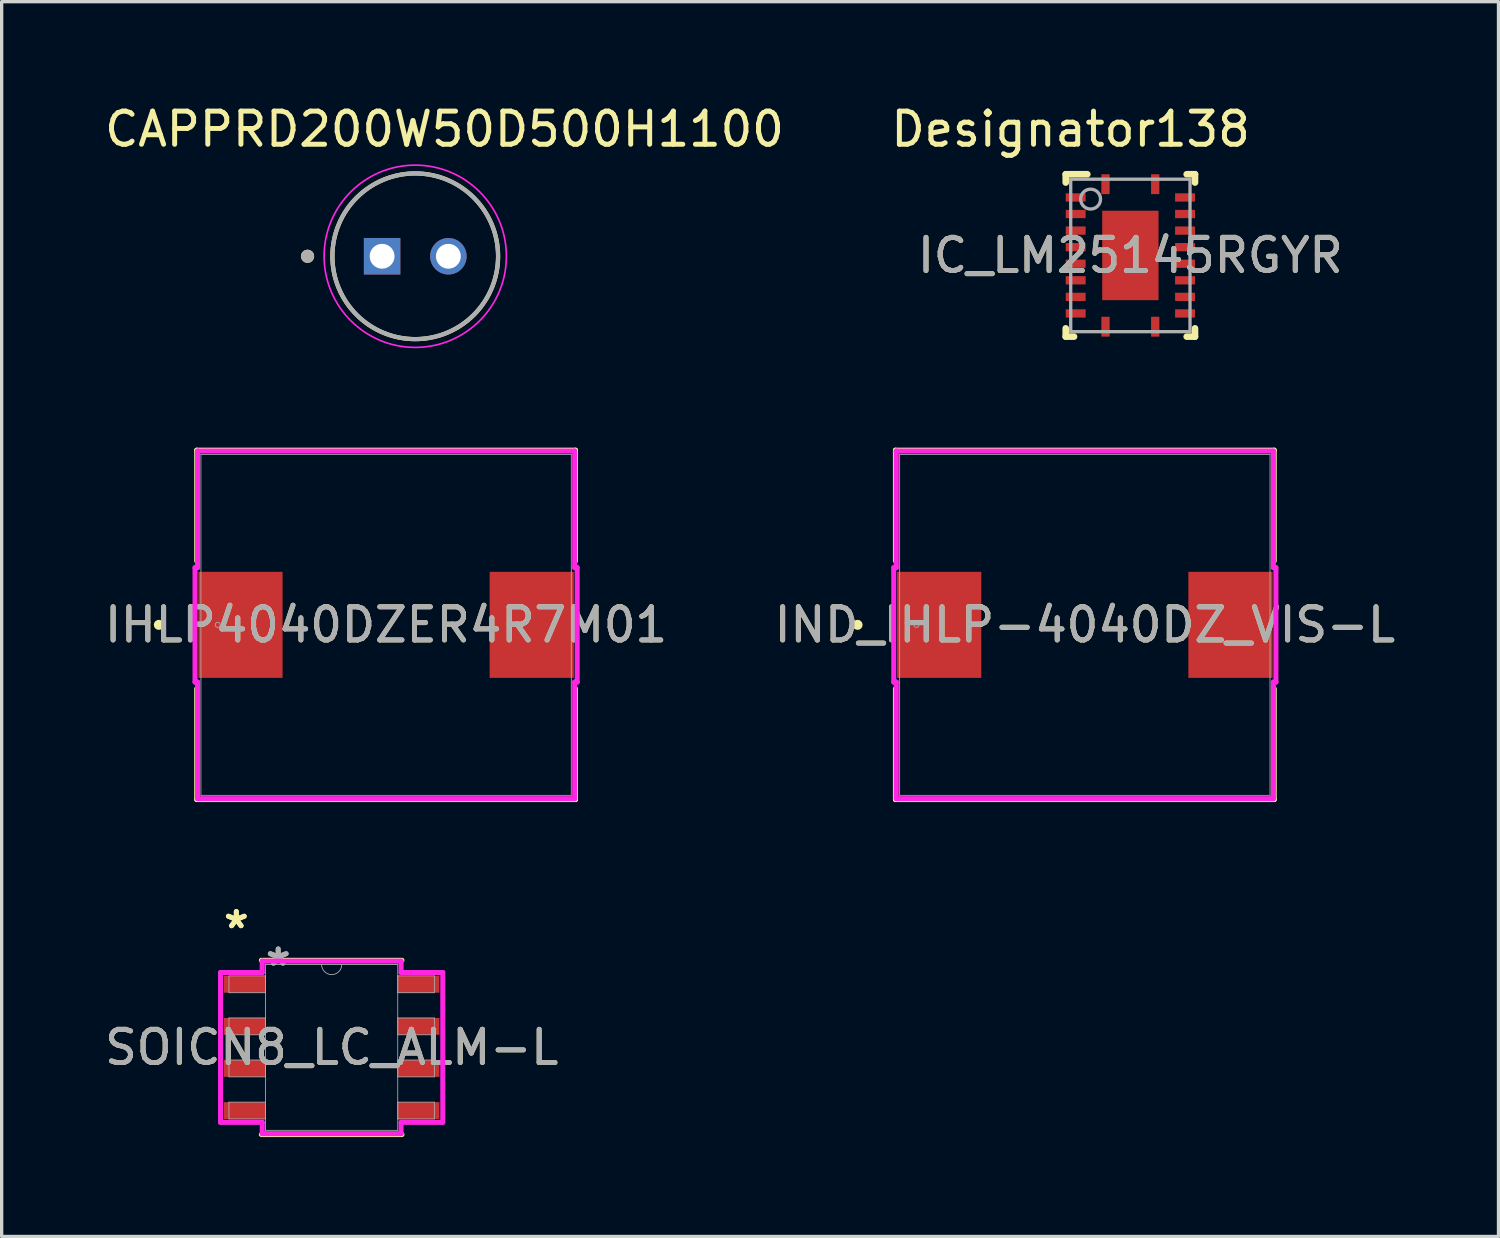
<source format=kicad_pcb>
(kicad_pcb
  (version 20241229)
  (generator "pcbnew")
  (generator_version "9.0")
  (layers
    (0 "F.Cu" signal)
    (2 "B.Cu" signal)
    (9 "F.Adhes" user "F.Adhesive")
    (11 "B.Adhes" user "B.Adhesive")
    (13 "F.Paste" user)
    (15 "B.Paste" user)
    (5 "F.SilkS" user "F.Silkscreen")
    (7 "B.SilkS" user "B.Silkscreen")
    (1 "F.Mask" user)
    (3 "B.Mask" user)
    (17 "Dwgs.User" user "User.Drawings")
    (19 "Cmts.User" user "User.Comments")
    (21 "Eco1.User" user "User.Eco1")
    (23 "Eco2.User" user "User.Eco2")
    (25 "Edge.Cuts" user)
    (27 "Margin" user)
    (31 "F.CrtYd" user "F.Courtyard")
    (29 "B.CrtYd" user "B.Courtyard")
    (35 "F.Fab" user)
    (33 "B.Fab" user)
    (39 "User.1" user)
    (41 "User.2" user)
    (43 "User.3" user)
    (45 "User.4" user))
  (footprint "IC_LM25145RGYR"
    (layer "F.Cu")
    (at 31.059 4.658)
    (property "Reference" "IC_LM25145RGYR" (at 0 0 0) (unlocked yes) (layer "F.SilkS") (effects (font (size 1 1) (thickness 0.15))))
    (attr smd)
    (fp_line (start -1.95 -2.45) (end -1.3 -2.45) (stroke (width 0.2) (type solid)) (layer "F.SilkS"))
    (fp_line (start -1.95 -2.2) (end -1.95 -2.45) (stroke (width 0.2) (type solid)) (layer "F.SilkS"))
    (fp_line (start -1.95 2.45) (end -1.95 2.2) (stroke (width 0.2) (type solid)) (layer "F.SilkS"))
    (fp_line (start -1.95 2.45) (end -1.7 2.45) (stroke (width 0.2) (type solid)) (layer "F.SilkS"))
    (fp_line (start 1.7 -2.45) (end 1.95 -2.45) (stroke (width 0.2) (type solid)) (layer "F.SilkS"))
    (fp_line (start 1.7 2.45) (end 1.95 2.45) (stroke (width 0.2) (type solid)) (layer "F.SilkS"))
    (fp_line (start 1.95 -2.2) (end 1.95 -2.45) (stroke (width 0.2) (type solid)) (layer "F.SilkS"))
    (fp_line (start 1.95 2.45) (end 1.95 2.2) (stroke (width 0.2) (type solid)) (layer "F.SilkS"))
    (fp_poly (pts (xy 0.774 -1.288) (xy -0.774 -1.288) (xy -0.774 -0.1) (xy 0.774 -0.1)) (stroke (width 0) (type solid)) (fill yes) (layer "F.Paste"))
    (fp_poly (pts (xy 0.774 0.1) (xy -0.774 0.1) (xy -0.774 1.288) (xy 0.774 1.288)) (stroke (width 0) (type solid)) (fill yes) (layer "F.Paste"))
    (fp_line (start -1.8 -2.3) (end 1.8 -2.3) (stroke (width 0.1) (type solid)) (layer "F.Fab"))
    (fp_line (start -1.8 2.3) (end -1.8 -2.3) (stroke (width 0.1) (type solid)) (layer "F.Fab"))
    (fp_line (start -1.8 2.3) (end 1.8 2.3) (stroke (width 0.1) (type solid)) (layer "F.Fab"))
    (fp_line (start 1.8 2.3) (end 1.8 -2.3) (stroke (width 0.1) (type solid)) (layer "F.Fab"))
    (fp_circle (center -1.2 -1.7) (end -0.9 -1.7) (stroke (width 0.1) (type solid)) (fill no) (layer "F.Fab"))
    (fp_text user "Designator138" (at -1.803 -3.81 0) (unlocked yes) (layer "F.SilkS") (effects (font (size 1 1) (thickness 0.15))))
    (fp_text user "${REFERENCE}" (at 0 0 0) (unlocked yes) (layer "F.Fab") (effects (font (size 1 1) (thickness 0.15))))
    (pad "1" smd rect (at -0.75 -2.15) (size 0.25 0.6) (layers "F.Cu" "F.Mask" "F.Paste"))
    (pad "2" smd rect (at -1.65 -1.75 90) (size 0.25 0.6) (layers "F.Cu" "F.Mask" "F.Paste"))
    (pad "3" smd rect (at -1.65 -1.25 90) (size 0.25 0.6) (layers "F.Cu" "F.Mask" "F.Paste"))
    (pad "4" smd rect (at -1.65 -0.75 90) (size 0.25 0.6) (layers "F.Cu" "F.Mask" "F.Paste"))
    (pad "5" smd rect (at -1.65 -0.25 90) (size 0.25 0.6) (layers "F.Cu" "F.Mask" "F.Paste"))
    (pad "6" smd rect (at -1.65 0.25 90) (size 0.25 0.6) (layers "F.Cu" "F.Mask" "F.Paste"))
    (pad "7" smd rect (at -1.65 0.75 90) (size 0.25 0.6) (layers "F.Cu" "F.Mask" "F.Paste"))
    (pad "8" smd rect (at -1.65 1.25 90) (size 0.25 0.6) (layers "F.Cu" "F.Mask" "F.Paste"))
    (pad "9" smd rect (at -1.65 1.75 90) (size 0.25 0.6) (layers "F.Cu" "F.Mask" "F.Paste"))
    (pad "10" smd rect (at -0.75 2.15) (size 0.25 0.6) (layers "F.Cu" "F.Mask" "F.Paste"))
    (pad "11" smd rect (at 0.75 2.15) (size 0.25 0.6) (layers "F.Cu" "F.Mask" "F.Paste"))
    (pad "12" smd rect (at 1.65 1.75 90) (size 0.25 0.6) (layers "F.Cu" "F.Mask" "F.Paste"))
    (pad "13" smd rect (at 1.65 1.25 90) (size 0.25 0.6) (layers "F.Cu" "F.Mask" "F.Paste"))
    (pad "14" smd rect (at 1.65 0.75 90) (size 0.25 0.6) (layers "F.Cu" "F.Mask" "F.Paste"))
    (pad "15" smd rect (at 1.65 0.25 90) (size 0.25 0.6) (layers "F.Cu" "F.Mask" "F.Paste"))
    (pad "16" smd rect (at 1.65 -0.25 90) (size 0.25 0.6) (layers "F.Cu" "F.Mask" "F.Paste"))
    (pad "17" smd rect (at 1.65 -0.75 90) (size 0.25 0.6) (layers "F.Cu" "F.Mask" "F.Paste"))
    (pad "18" smd rect (at 1.65 -1.25 90) (size 0.25 0.6) (layers "F.Cu" "F.Mask" "F.Paste"))
    (pad "19" smd rect (at 1.65 -1.75 90) (size 0.25 0.6) (layers "F.Cu" "F.Mask" "F.Paste"))
    (pad "20" smd rect (at 0.75 -2.15) (size 0.25 0.6) (layers "F.Cu" "F.Mask" "F.Paste"))
    (pad "21" smd rect (at 0 0) (size 1.7 2.7) (layers "F.Cu" "F.Mask")))
  (footprint "CAPPRD200W50D500H1100"
    (layer "F.Cu")
    (at 9.48 4.683)
    (property "Reference" "CAPPRD200W50D500H1100" (at 0.883 -3.835 0) (layer "F.SilkS") (effects (font (size 1 1) (thickness 0.15))))
    (attr through_hole)
    (fp_circle (center -3.25 0) (end -3.15 0) (stroke (width 0.2) (type solid)) (fill no) (layer "F.SilkS"))
    (fp_circle (center 0 0) (end 2.5 0) (stroke (width 0.127) (type solid)) (fill no) (layer "F.SilkS"))
    (fp_circle (center 0 0) (end 2.75 0) (stroke (width 0.05) (type solid)) (fill no) (layer "F.CrtYd"))
    (fp_circle (center -3.25 0) (end -3.15 0) (stroke (width 0.2) (type solid)) (fill no) (layer "F.Fab"))
    (fp_circle (center 0 0) (end 2.5 0) (stroke (width 0.127) (type solid)) (fill no) (layer "F.Fab"))
    (pad "N" thru_hole circle (at 1 0) (size 1.1 1.1) (drill 0.75) (layers "*.Cu" "*.Mask"))
    (pad "P" thru_hole rect (at -1 0) (size 1.1 1.1) (drill 0.75) (layers "*.Cu" "*.Mask")))
  (footprint "IHLP4040DZER4R7M01"
    (layer "F.Cu")
    (at 8.601 15.805)
    (property "Reference" "IHLP4040DZER4R7M01" (at 0 0 0) (unlocked yes) (layer "F.SilkS") (effects (font (size 1 1) (thickness 0.15))))
    (attr smd)
    (fp_line (start -5.715 -5.271) (end -5.715 -1.929) (stroke (width 0.152) (type solid)) (layer "F.SilkS"))
    (fp_line (start -5.715 1.929) (end -5.715 5.271) (stroke (width 0.152) (type solid)) (layer "F.SilkS"))
    (fp_line (start -5.715 5.271) (end 5.715 5.271) (stroke (width 0.152) (type solid)) (layer "F.SilkS"))
    (fp_line (start 5.715 -5.271) (end -5.715 -5.271) (stroke (width 0.152) (type solid)) (layer "F.SilkS"))
    (fp_line (start 5.715 -1.929) (end 5.715 -5.271) (stroke (width 0.152) (type solid)) (layer "F.SilkS"))
    (fp_line (start 5.715 5.271) (end 5.715 1.929) (stroke (width 0.152) (type solid)) (layer "F.SilkS"))
    (fp_circle (center -6.858 0) (end -6.782 0) (stroke (width 0.152) (type solid)) (fill no) (layer "F.SilkS"))
    (fp_line (start -5.766 -1.727) (end -5.69 -1.727) (stroke (width 0.152) (type solid)) (layer "F.CrtYd"))
    (fp_line (start -5.766 1.727) (end -5.766 -1.727) (stroke (width 0.152) (type solid)) (layer "F.CrtYd"))
    (fp_line (start -5.69 -5.245) (end 5.69 -5.245) (stroke (width 0.152) (type solid)) (layer "F.CrtYd"))
    (fp_line (start -5.69 -1.727) (end -5.69 -5.245) (stroke (width 0.152) (type solid)) (layer "F.CrtYd"))
    (fp_line (start -5.69 1.727) (end -5.766 1.727) (stroke (width 0.152) (type solid)) (layer "F.CrtYd"))
    (fp_line (start -5.69 5.245) (end -5.69 1.727) (stroke (width 0.152) (type solid)) (layer "F.CrtYd"))
    (fp_line (start 5.69 -5.245) (end 5.69 -1.727) (stroke (width 0.152) (type solid)) (layer "F.CrtYd"))
    (fp_line (start 5.69 -1.727) (end 5.766 -1.727) (stroke (width 0.152) (type solid)) (layer "F.CrtYd"))
    (fp_line (start 5.69 1.727) (end 5.69 5.245) (stroke (width 0.152) (type solid)) (layer "F.CrtYd"))
    (fp_line (start 5.69 5.245) (end -5.69 5.245) (stroke (width 0.152) (type solid)) (layer "F.CrtYd"))
    (fp_line (start 5.766 -1.727) (end 5.766 1.727) (stroke (width 0.152) (type solid)) (layer "F.CrtYd"))
    (fp_line (start 5.766 1.727) (end 5.69 1.727) (stroke (width 0.152) (type solid)) (layer "F.CrtYd"))
    (fp_line (start -5.588 -5.144) (end -5.588 5.144) (stroke (width 0.025) (type solid)) (layer "F.Fab"))
    (fp_line (start -5.588 5.144) (end 5.588 5.144) (stroke (width 0.025) (type solid)) (layer "F.Fab"))
    (fp_line (start 5.588 -5.144) (end -5.588 -5.144) (stroke (width 0.025) (type solid)) (layer "F.Fab"))
    (fp_line (start 5.588 5.144) (end 5.588 -5.144) (stroke (width 0.025) (type solid)) (layer "F.Fab"))
    (fp_circle (center -5.08 0) (end -5.004 0) (stroke (width 0.025) (type solid)) (fill no) (layer "F.Fab"))
    (fp_text user "${REFERENCE}" (at 0 0 0) (unlocked yes) (layer "F.Fab") (effects (font (size 1 1) (thickness 0.15))))
    (pad "1" smd rect (at -4.394 0 90) (size 3.2 2.54) (layers "F.Cu" "F.Mask" "F.Paste"))
    (pad "2" smd rect (at 4.394 0 90) (size 3.2 2.54) (layers "F.Cu" "F.Mask" "F.Paste"))
    (zone (net_name "") (layer "F.Cu") (hatch full 0.508) (connect_pads) (min_thickness 0.254) (filled_areas_thickness no) (keepout (tracks not_allowed) (vias not_allowed) (pads allowed) (copperpour not_allowed) (footprints allowed)) (placement (enabled no)) (fill) (polygon (pts (xy 3.064 10.712) (xy 14.138 10.712) (xy 14.138 14.129) (xy 3.064 14.129))))
    (zone (net_name "") (layer "F.Cu") (hatch full 0.508) (connect_pads) (min_thickness 0.254) (filled_areas_thickness no) (keepout (tracks not_allowed) (vias not_allowed) (pads allowed) (copperpour not_allowed) (footprints allowed)) (placement (enabled no)) (fill) (polygon (pts (xy 3.064 17.481) (xy 14.138 17.481) (xy 14.138 20.898) (xy 3.064 20.898))))
    (zone (net_name "") (layer "F.Cu") (hatch full 0.508) (connect_pads) (min_thickness 0.254) (filled_areas_thickness no) (keepout (tracks not_allowed) (vias not_allowed) (pads allowed) (copperpour not_allowed) (footprints allowed)) (placement (enabled no)) (fill) (polygon (pts (xy 5.528 14.129) (xy 11.675 14.129) (xy 11.675 17.481) (xy 5.528 17.481)))))
  (footprint "IND_IHLP-4040DZ_VIS-L"
    (layer "F.Cu")
    (at 29.685 15.805)
    (property "Reference" "IND_IHLP-4040DZ_VIS-L" (at 0 0 0) (unlocked yes) (layer "F.SilkS") (effects (font (size 1 1) (thickness 0.15))))
    (attr smd)
    (fp_line (start -5.715 -5.271) (end -5.715 -1.929) (stroke (width 0.152) (type solid)) (layer "F.SilkS"))
    (fp_line (start -5.715 1.929) (end -5.715 5.271) (stroke (width 0.152) (type solid)) (layer "F.SilkS"))
    (fp_line (start -5.715 5.271) (end 5.715 5.271) (stroke (width 0.152) (type solid)) (layer "F.SilkS"))
    (fp_line (start 5.715 -5.271) (end -5.715 -5.271) (stroke (width 0.152) (type solid)) (layer "F.SilkS"))
    (fp_line (start 5.715 -1.929) (end 5.715 -5.271) (stroke (width 0.152) (type solid)) (layer "F.SilkS"))
    (fp_line (start 5.715 5.271) (end 5.715 1.929) (stroke (width 0.152) (type solid)) (layer "F.SilkS"))
    (fp_circle (center -6.858 0) (end -6.782 0) (stroke (width 0.152) (type solid)) (fill no) (layer "F.SilkS"))
    (fp_line (start -5.766 -1.727) (end -5.69 -1.727) (stroke (width 0.152) (type solid)) (layer "F.CrtYd"))
    (fp_line (start -5.766 1.727) (end -5.766 -1.727) (stroke (width 0.152) (type solid)) (layer "F.CrtYd"))
    (fp_line (start -5.69 -5.245) (end 5.69 -5.245) (stroke (width 0.152) (type solid)) (layer "F.CrtYd"))
    (fp_line (start -5.69 -1.727) (end -5.69 -5.245) (stroke (width 0.152) (type solid)) (layer "F.CrtYd"))
    (fp_line (start -5.69 1.727) (end -5.766 1.727) (stroke (width 0.152) (type solid)) (layer "F.CrtYd"))
    (fp_line (start -5.69 5.245) (end -5.69 1.727) (stroke (width 0.152) (type solid)) (layer "F.CrtYd"))
    (fp_line (start 5.69 -5.245) (end 5.69 -1.727) (stroke (width 0.152) (type solid)) (layer "F.CrtYd"))
    (fp_line (start 5.69 -1.727) (end 5.766 -1.727) (stroke (width 0.152) (type solid)) (layer "F.CrtYd"))
    (fp_line (start 5.69 1.727) (end 5.69 5.245) (stroke (width 0.152) (type solid)) (layer "F.CrtYd"))
    (fp_line (start 5.69 5.245) (end -5.69 5.245) (stroke (width 0.152) (type solid)) (layer "F.CrtYd"))
    (fp_line (start 5.766 -1.727) (end 5.766 1.727) (stroke (width 0.152) (type solid)) (layer "F.CrtYd"))
    (fp_line (start 5.766 1.727) (end 5.69 1.727) (stroke (width 0.152) (type solid)) (layer "F.CrtYd"))
    (fp_line (start -5.588 -5.144) (end -5.588 5.144) (stroke (width 0.025) (type solid)) (layer "F.Fab"))
    (fp_line (start -5.588 5.144) (end 5.588 5.144) (stroke (width 0.025) (type solid)) (layer "F.Fab"))
    (fp_line (start 5.588 -5.144) (end -5.588 -5.144) (stroke (width 0.025) (type solid)) (layer "F.Fab"))
    (fp_line (start 5.588 5.144) (end 5.588 -5.144) (stroke (width 0.025) (type solid)) (layer "F.Fab"))
    (fp_circle (center -5.08 0) (end -5.004 0) (stroke (width 0.025) (type solid)) (fill no) (layer "F.Fab"))
    (fp_text user "${REFERENCE}" (at 0 0 0) (unlocked yes) (layer "F.Fab") (effects (font (size 1 1) (thickness 0.15))))
    (pad "1" smd rect (at -4.394 0 90) (size 3.2 2.54) (layers "F.Cu" "F.Mask" "F.Paste"))
    (pad "2" smd rect (at 4.394 0 90) (size 3.2 2.54) (layers "F.Cu" "F.Mask" "F.Paste"))
    (zone (net_name "") (layer "F.Cu") (hatch full 0.508) (connect_pads) (min_thickness 0.254) (filled_areas_thickness no) (keepout (tracks not_allowed) (vias not_allowed) (pads allowed) (copperpour not_allowed) (footprints allowed)) (placement (enabled no)) (fill) (polygon (pts (xy 24.147 10.712) (xy 35.222 10.712) (xy 35.222 14.129) (xy 24.147 14.129))))
    (zone (net_name "") (layer "F.Cu") (hatch full 0.508) (connect_pads) (min_thickness 0.254) (filled_areas_thickness no) (keepout (tracks not_allowed) (vias not_allowed) (pads allowed) (copperpour not_allowed) (footprints allowed)) (placement (enabled no)) (fill) (polygon (pts (xy 24.147 17.481) (xy 35.222 17.481) (xy 35.222 20.898) (xy 24.147 20.898))))
    (zone (net_name "") (layer "F.Cu") (hatch full 0.508) (connect_pads) (min_thickness 0.254) (filled_areas_thickness no) (keepout (tracks not_allowed) (vias not_allowed) (pads allowed) (copperpour not_allowed) (footprints allowed)) (placement (enabled no)) (fill) (polygon (pts (xy 26.611 14.129) (xy 32.758 14.129) (xy 32.758 17.481) (xy 26.611 17.481)))))
  (footprint "SOICN8_LC_ALM-L"
    (layer "F.Cu")
    (at 6.958 28.556)
    (property "Reference" "SOICN8_LC_ALM-L" (at 0 0 0) (unlocked yes) (layer "F.SilkS") (effects (font (size 1 1) (thickness 0.15))))
    (attr smd)
    (fp_line (start -2.121 2.629) (end 2.121 2.629) (stroke (width 0.152) (type solid)) (layer "F.SilkS"))
    (fp_line (start 2.121 -2.629) (end -2.121 -2.629) (stroke (width 0.152) (type solid)) (layer "F.SilkS"))
    (fp_line (start -3.353 -2.261) (end -2.095 -2.261) (stroke (width 0.152) (type solid)) (layer "F.CrtYd"))
    (fp_line (start -3.353 2.261) (end -3.353 -2.261) (stroke (width 0.152) (type solid)) (layer "F.CrtYd"))
    (fp_line (start -3.353 2.261) (end -2.095 2.261) (stroke (width 0.152) (type solid)) (layer "F.CrtYd"))
    (fp_line (start -2.095 -2.603) (end 2.095 -2.603) (stroke (width 0.152) (type solid)) (layer "F.CrtYd"))
    (fp_line (start -2.095 -2.261) (end -2.095 -2.603) (stroke (width 0.152) (type solid)) (layer "F.CrtYd"))
    (fp_line (start -2.095 2.603) (end -2.095 2.261) (stroke (width 0.152) (type solid)) (layer "F.CrtYd"))
    (fp_line (start 2.095 -2.603) (end 2.095 -2.261) (stroke (width 0.152) (type solid)) (layer "F.CrtYd"))
    (fp_line (start 2.095 2.261) (end 2.095 2.603) (stroke (width 0.152) (type solid)) (layer "F.CrtYd"))
    (fp_line (start 2.095 2.603) (end -2.095 2.603) (stroke (width 0.152) (type solid)) (layer "F.CrtYd"))
    (fp_line (start 3.353 -2.261) (end 2.095 -2.261) (stroke (width 0.152) (type solid)) (layer "F.CrtYd"))
    (fp_line (start 3.353 -2.261) (end 3.353 2.261) (stroke (width 0.152) (type solid)) (layer "F.CrtYd"))
    (fp_line (start 3.353 2.261) (end 2.095 2.261) (stroke (width 0.152) (type solid)) (layer "F.CrtYd"))
    (fp_line (start -3.099 -2.159) (end -3.099 -1.651) (stroke (width 0.025) (type solid)) (layer "F.Fab"))
    (fp_line (start -3.099 -1.651) (end -1.994 -1.651) (stroke (width 0.025) (type solid)) (layer "F.Fab"))
    (fp_line (start -3.099 -0.889) (end -3.099 -0.381) (stroke (width 0.025) (type solid)) (layer "F.Fab"))
    (fp_line (start -3.099 -0.381) (end -1.994 -0.381) (stroke (width 0.025) (type solid)) (layer "F.Fab"))
    (fp_line (start -3.099 0.381) (end -3.099 0.889) (stroke (width 0.025) (type solid)) (layer "F.Fab"))
    (fp_line (start -3.099 0.889) (end -1.994 0.889) (stroke (width 0.025) (type solid)) (layer "F.Fab"))
    (fp_line (start -3.099 1.651) (end -3.099 2.159) (stroke (width 0.025) (type solid)) (layer "F.Fab"))
    (fp_line (start -3.099 2.159) (end -1.994 2.159) (stroke (width 0.025) (type solid)) (layer "F.Fab"))
    (fp_line (start -1.994 -2.502) (end -1.994 2.502) (stroke (width 0.025) (type solid)) (layer "F.Fab"))
    (fp_line (start -1.994 -2.159) (end -3.099 -2.159) (stroke (width 0.025) (type solid)) (layer "F.Fab"))
    (fp_line (start -1.994 -1.651) (end -1.994 -2.159) (stroke (width 0.025) (type solid)) (layer "F.Fab"))
    (fp_line (start -1.994 -0.889) (end -3.099 -0.889) (stroke (width 0.025) (type solid)) (layer "F.Fab"))
    (fp_line (start -1.994 -0.381) (end -1.994 -0.889) (stroke (width 0.025) (type solid)) (layer "F.Fab"))
    (fp_line (start -1.994 0.381) (end -3.099 0.381) (stroke (width 0.025) (type solid)) (layer "F.Fab"))
    (fp_line (start -1.994 0.889) (end -1.994 0.381) (stroke (width 0.025) (type solid)) (layer "F.Fab"))
    (fp_line (start -1.994 1.651) (end -3.099 1.651) (stroke (width 0.025) (type solid)) (layer "F.Fab"))
    (fp_line (start -1.994 2.159) (end -1.994 1.651) (stroke (width 0.025) (type solid)) (layer "F.Fab"))
    (fp_line (start -1.994 2.502) (end 1.994 2.502) (stroke (width 0.025) (type solid)) (layer "F.Fab"))
    (fp_line (start 1.994 -2.502) (end -1.994 -2.502) (stroke (width 0.025) (type solid)) (layer "F.Fab"))
    (fp_line (start 1.994 -2.159) (end 1.994 -1.651) (stroke (width 0.025) (type solid)) (layer "F.Fab"))
    (fp_line (start 1.994 -1.651) (end 3.099 -1.651) (stroke (width 0.025) (type solid)) (layer "F.Fab"))
    (fp_line (start 1.994 -0.889) (end 1.994 -0.381) (stroke (width 0.025) (type solid)) (layer "F.Fab"))
    (fp_line (start 1.994 -0.381) (end 3.099 -0.381) (stroke (width 0.025) (type solid)) (layer "F.Fab"))
    (fp_line (start 1.994 0.381) (end 1.994 0.889) (stroke (width 0.025) (type solid)) (layer "F.Fab"))
    (fp_line (start 1.994 0.889) (end 3.099 0.889) (stroke (width 0.025) (type solid)) (layer "F.Fab"))
    (fp_line (start 1.994 1.651) (end 1.994 2.159) (stroke (width 0.025) (type solid)) (layer "F.Fab"))
    (fp_line (start 1.994 2.159) (end 3.099 2.159) (stroke (width 0.025) (type solid)) (layer "F.Fab"))
    (fp_line (start 1.994 2.502) (end 1.994 -2.502) (stroke (width 0.025) (type solid)) (layer "F.Fab"))
    (fp_line (start 3.099 -2.159) (end 1.994 -2.159) (stroke (width 0.025) (type solid)) (layer "F.Fab"))
    (fp_line (start 3.099 -1.651) (end 3.099 -2.159) (stroke (width 0.025) (type solid)) (layer "F.Fab"))
    (fp_line (start 3.099 -0.889) (end 1.994 -0.889) (stroke (width 0.025) (type solid)) (layer "F.Fab"))
    (fp_line (start 3.099 -0.381) (end 3.099 -0.889) (stroke (width 0.025) (type solid)) (layer "F.Fab"))
    (fp_line (start 3.099 0.381) (end 1.994 0.381) (stroke (width 0.025) (type solid)) (layer "F.Fab"))
    (fp_line (start 3.099 0.889) (end 3.099 0.381) (stroke (width 0.025) (type solid)) (layer "F.Fab"))
    (fp_line (start 3.099 1.651) (end 1.994 1.651) (stroke (width 0.025) (type solid)) (layer "F.Fab"))
    (fp_line (start 3.099 2.159) (end 3.099 1.651) (stroke (width 0.025) (type solid)) (layer "F.Fab"))
    (fp_arc (start 0.3048 -2.5019) (mid 0 -2.1971) (end -0.3048 -2.5019) (stroke (width 0.0254) (type solid)) (layer "F.Fab"))
    (fp_text user "*" (at -2.877 -3.556 0) (unlocked yes) (layer "F.SilkS") (effects (font (size 1 1) (thickness 0.15))))
    (fp_text user "*" (at -2.877 -3.556 0) (layer "F.SilkS") (effects (font (size 1 1) (thickness 0.15))))
    (fp_text user "*" (at -1.613 -2.426 0) (unlocked yes) (layer "F.Fab") (effects (font (size 1 1) (thickness 0.15))))
    (fp_text user "*" (at -1.613 -2.426 0) (layer "F.Fab") (effects (font (size 1 1) (thickness 0.15))))
    (fp_text user "${REFERENCE}" (at 0 0 0) (unlocked yes) (layer "F.Fab") (effects (font (size 1 1) (thickness 0.15))))
    (pad "1" smd rect (at -2.623 -1.905) (size 1.257 0.508) (layers "F.Cu" "F.Mask" "F.Paste"))
    (pad "2" smd rect (at -2.623 -0.635) (size 1.257 0.508) (layers "F.Cu" "F.Mask" "F.Paste"))
    (pad "3" smd rect (at -2.623 0.635) (size 1.257 0.508) (layers "F.Cu" "F.Mask" "F.Paste"))
    (pad "4" smd rect (at -2.623 1.905) (size 1.257 0.508) (layers "F.Cu" "F.Mask" "F.Paste"))
    (pad "5" smd rect (at 2.623 1.905) (size 1.257 0.508) (layers "F.Cu" "F.Mask" "F.Paste"))
    (pad "6" smd rect (at 2.623 0.635) (size 1.257 0.508) (layers "F.Cu" "F.Mask" "F.Paste"))
    (pad "7" smd rect (at 2.623 -0.635) (size 1.257 0.508) (layers "F.Cu" "F.Mask" "F.Paste"))
    (pad "8" smd rect (at 2.623 -1.905) (size 1.257 0.508) (layers "F.Cu" "F.Mask" "F.Paste")))
  (gr_rect
    (start -3 -3)
    (end 42.167 34.261)
    (stroke (width 0.1) (type default))
    (fill no)
    (layer "Edge.Cuts")))
</source>
